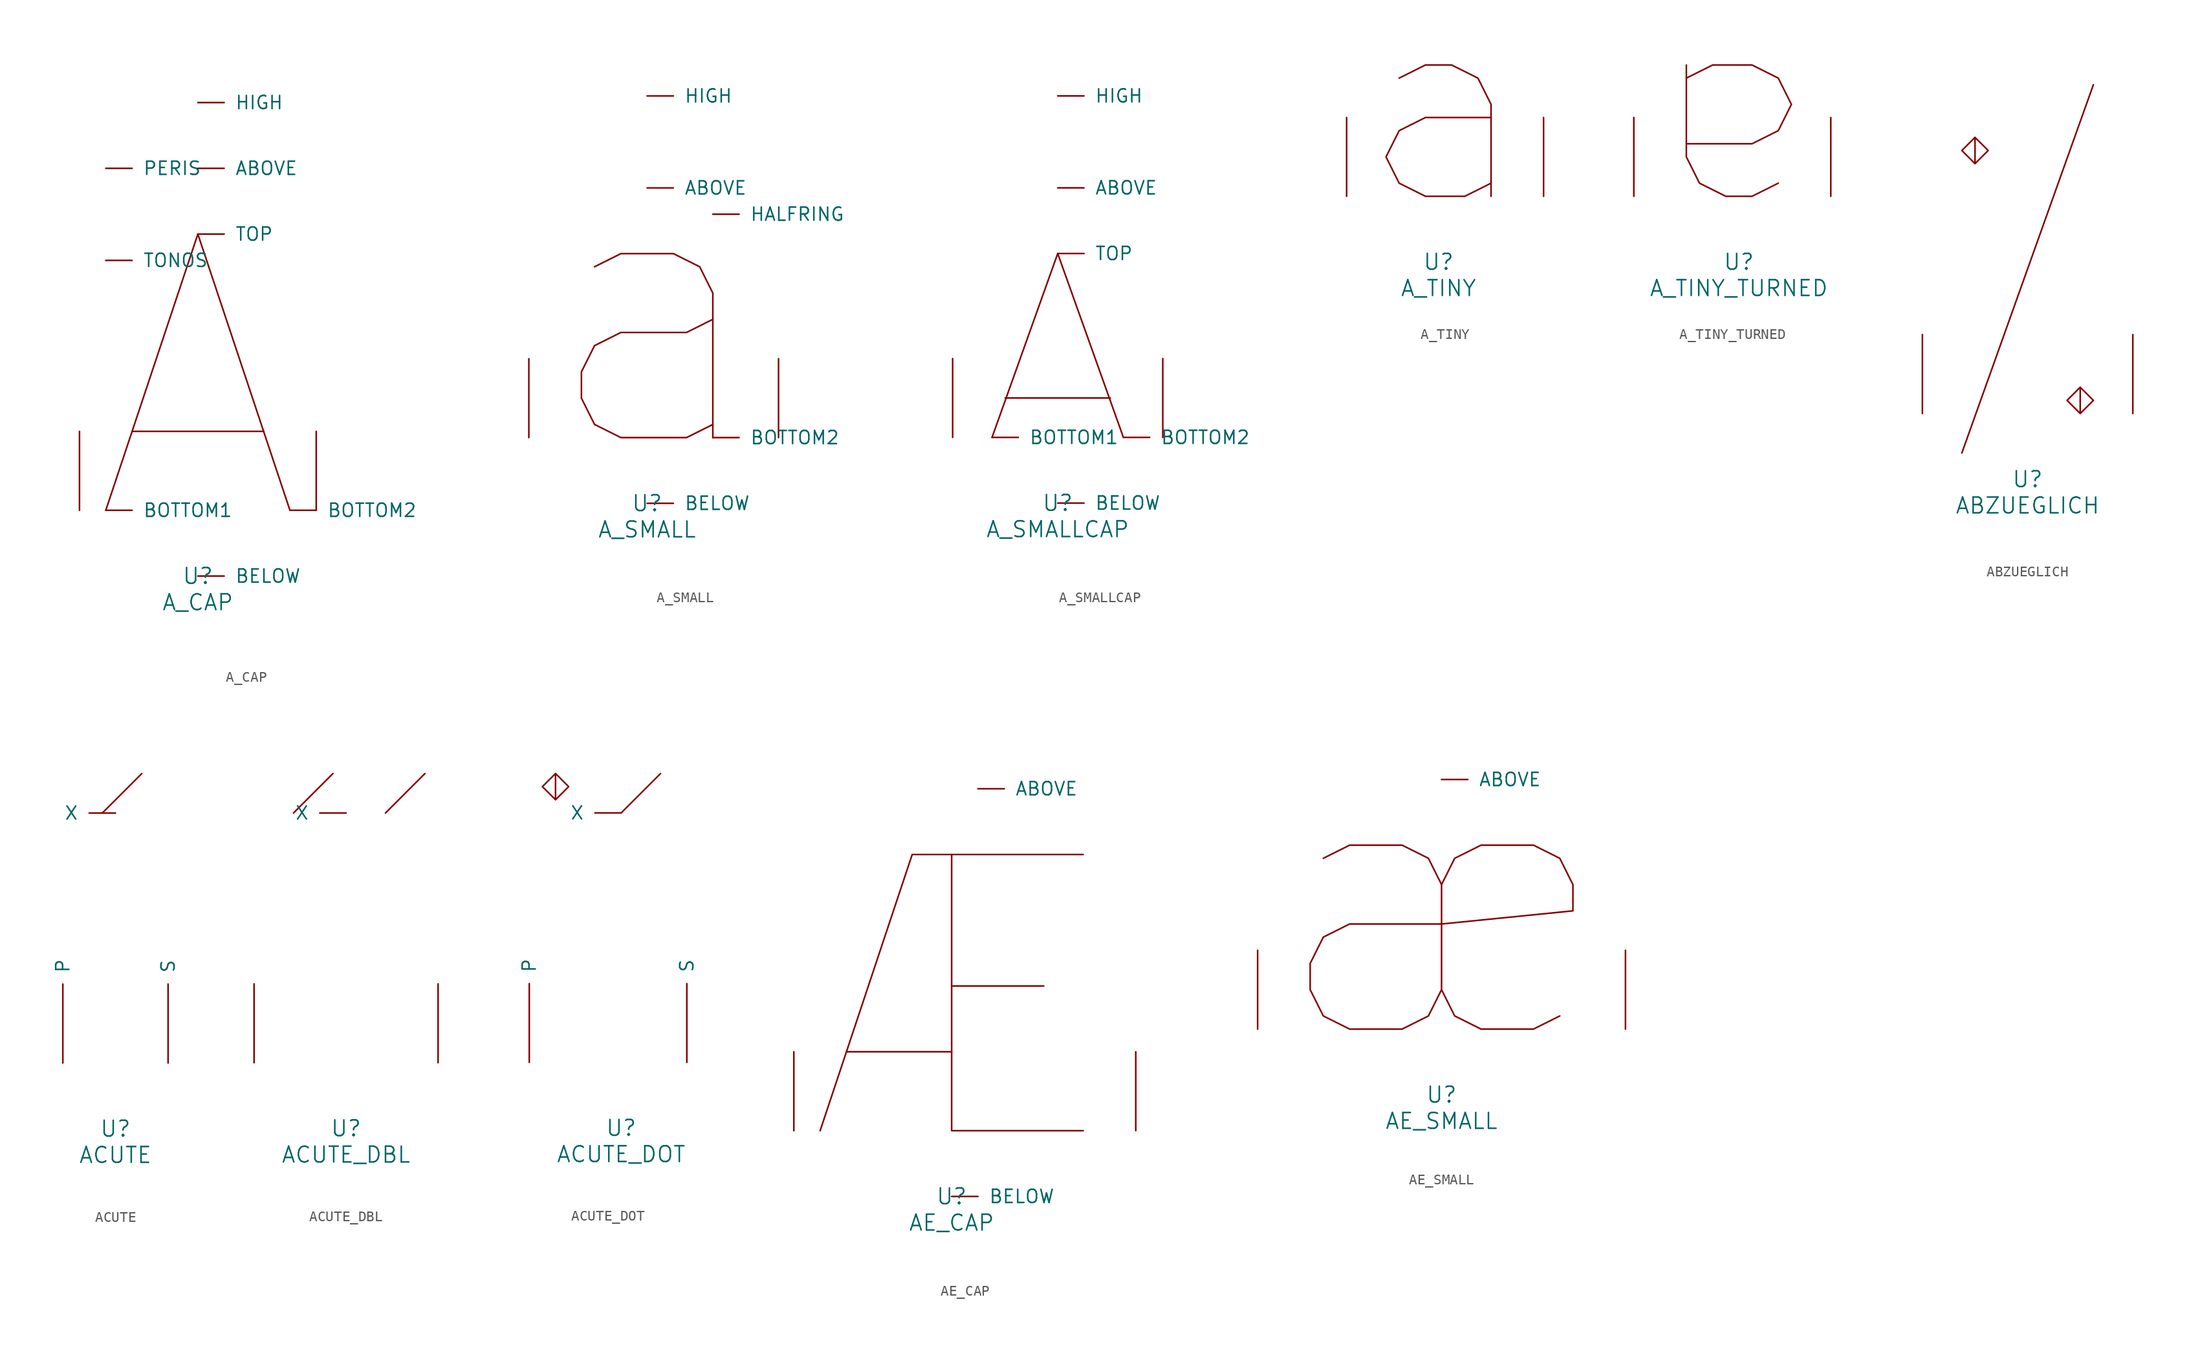
<source format=kicad_sym>
(kicad_symbol_lib
  (version 20220914)
  (generator font_lib2sym)
  (symbol "A_CAP"
    (pin_names
      (offset 1.016))
    (property "Reference" "U"
      (at 0 -6.35 0)
      (effects (font (size 1.524 1.524))))
    (property "Value" "A_CAP"
      (at 0 -8.89 0)
      (effects (font (size 1.524 1.524))))
    (symbol "A_CAP_0_1"
      (polyline (pts (xy -6.35 7.62) (xy 6.35 7.62)) (stroke (width 0) (type solid)) (fill (type none)))
      (polyline (pts (xy -8.89 0) (xy 0 26.67) (xy 8.89 0)) (stroke (width 0) (type solid)) (fill (type none)))
      (pin input line (at 0 33.02 0) (length 2.54) (name "ABOVE" (effects (font (size 1.27 1.27)))) (number "~" (effects (font (size 1.27 1.27)))))
      (pin input line (at 0 -6.35 0) (length 2.54) (name "BELOW" (effects (font (size 1.27 1.27)))) (number "~" (effects (font (size 1.27 1.27)))))
      (pin input line (at -8.89 0 0) (length 2.54) (name "BOTTOM1" (effects (font (size 1.27 1.27)))) (number "~" (effects (font (size 1.27 1.27)))))
      (pin input line (at 8.89 0 0) (length 2.54) (name "BOTTOM2" (effects (font (size 1.27 1.27)))) (number "~" (effects (font (size 1.27 1.27)))))
      (pin input line (at 0 39.37 0) (length 2.54) (name "HIGH" (effects (font (size 1.27 1.27)))) (number "~" (effects (font (size 1.27 1.27)))))
      (pin input line (at -8.89 33.02 0) (length 2.54) (name "PERIS" (effects (font (size 1.27 1.27)))) (number "~" (effects (font (size 1.27 1.27)))))
      (pin input line (at -8.89 24.13 0) (length 2.54) (name "TONOS" (effects (font (size 1.27 1.27)))) (number "~" (effects (font (size 1.27 1.27)))))
      (pin input line (at 0 26.67 0) (length 2.54) (name "TOP" (effects (font (size 1.27 1.27)))) (number "~" (effects (font (size 1.27 1.27)))))
      (pin input line (at -11.43 0 90) (length 7.62) (name "~" (effects (font (size 1.27 1.27)))) (number "~" (effects (font (size 1.27 1.27)))))
      (pin input line (at 11.43 0 90) (length 7.62) (name "~" (effects (font (size 1.27 1.27)))) (number "~" (effects (font (size 1.27 1.27)))))))
  (symbol "A_SMALL"
    (pin_names
      (offset 1.016))
    (property "Reference" "U"
      (at 0 -6.35 0)
      (effects (font (size 1.524 1.524))))
    (property "Value" "A_SMALL"
      (at 0 -8.89 0)
      (effects (font (size 1.524 1.524))))
    (symbol "A_SMALL_0_1"
      (polyline (pts (xy 6.35 0) (xy 6.35 13.97) (xy 5.08 16.51) (xy 2.54 17.78) (xy -2.54 17.78) (xy -5.08 16.51)) (stroke (width 0) (type solid)) (fill (type none)))
      (polyline (pts (xy 6.35 1.27) (xy 3.81 0) (xy -2.54 0) (xy -5.08 1.27) (xy -6.35 3.81) (xy -6.35 6.35) (xy -5.08 8.89) (xy -2.54 10.16) (xy 3.81 10.16) (xy 6.35 11.43)) (stroke (width 0) (type solid)) (fill (type none)))
      (pin input line (at 0 24.13 0) (length 2.54) (name "ABOVE" (effects (font (size 1.27 1.27)))) (number "~" (effects (font (size 1.27 1.27)))))
      (pin input line (at 0 -6.35 0) (length 2.54) (name "BELOW" (effects (font (size 1.27 1.27)))) (number "~" (effects (font (size 1.27 1.27)))))
      (pin input line (at 6.35 0 0) (length 2.54) (name "BOTTOM2" (effects (font (size 1.27 1.27)))) (number "~" (effects (font (size 1.27 1.27)))))
      (pin input line (at 6.35 21.59 0) (length 2.54) (name "HALFRING" (effects (font (size 1.27 1.27)))) (number "~" (effects (font (size 1.27 1.27)))))
      (pin input line (at 0 33.02 0) (length 2.54) (name "HIGH" (effects (font (size 1.27 1.27)))) (number "~" (effects (font (size 1.27 1.27)))))
      (pin input line (at -11.43 0 90) (length 7.62) (name "~" (effects (font (size 1.27 1.27)))) (number "~" (effects (font (size 1.27 1.27)))))
      (pin input line (at 12.7 0 90) (length 7.62) (name "~" (effects (font (size 1.27 1.27)))) (number "~" (effects (font (size 1.27 1.27)))))))
  (symbol "A_SMALLCAP"
    (pin_names
      (offset 1.016))
    (property "Reference" "U"
      (at 0 -6.35 0)
      (effects (font (size 1.524 1.524))))
    (property "Value" "A_SMALLCAP"
      (at 0 -8.89 0)
      (effects (font (size 1.524 1.524))))
    (symbol "A_SMALLCAP_0_1"
      (polyline (pts (xy -5.08 3.81) (xy 5.08 3.81)) (stroke (width 0) (type solid)) (fill (type none)))
      (polyline (pts (xy -6.35 0) (xy 0 17.78) (xy 6.35 0)) (stroke (width 0) (type solid)) (fill (type none)))
      (pin input line (at 0 24.13 0) (length 2.54) (name "ABOVE" (effects (font (size 1.27 1.27)))) (number "~" (effects (font (size 1.27 1.27)))))
      (pin input line (at 0 -6.35 0) (length 2.54) (name "BELOW" (effects (font (size 1.27 1.27)))) (number "~" (effects (font (size 1.27 1.27)))))
      (pin input line (at -6.35 0 0) (length 2.54) (name "BOTTOM1" (effects (font (size 1.27 1.27)))) (number "~" (effects (font (size 1.27 1.27)))))
      (pin input line (at 6.35 0 0) (length 2.54) (name "BOTTOM2" (effects (font (size 1.27 1.27)))) (number "~" (effects (font (size 1.27 1.27)))))
      (pin input line (at 0 33.02 0) (length 2.54) (name "HIGH" (effects (font (size 1.27 1.27)))) (number "~" (effects (font (size 1.27 1.27)))))
      (pin input line (at 0 17.78 0) (length 2.54) (name "TOP" (effects (font (size 1.27 1.27)))) (number "~" (effects (font (size 1.27 1.27)))))
      (pin input line (at -10.16 0 90) (length 7.62) (name "~" (effects (font (size 1.27 1.27)))) (number "~" (effects (font (size 1.27 1.27)))))
      (pin input line (at 10.16 0 90) (length 7.62) (name "~" (effects (font (size 1.27 1.27)))) (number "~" (effects (font (size 1.27 1.27)))))))
  (symbol "A_TINY"
    (pin_names
      (offset 1.016))
    (property "Reference" "U"
      (at 0 -6.35 0)
      (effects (font (size 1.524 1.524))))
    (property "Value" "A_TINY"
      (at 0 -8.89 0)
      (effects (font (size 1.524 1.524))))
    (symbol "A_TINY_0_1"
      (polyline (pts (xy -3.81 11.43) (xy -1.27 12.7) (xy 1.27 12.7) (xy 3.81 11.43) (xy 5.08 8.89) (xy 5.08 0)) (stroke (width 0) (type solid)) (fill (type none)))
      (polyline (pts (xy 5.08 1.27) (xy 2.54 0) (xy -1.27 0) (xy -3.81 1.27) (xy -5.08 3.81) (xy -3.81 6.35) (xy -1.27 7.62) (xy 5.08 7.62)) (stroke (width 0) (type solid)) (fill (type none)))
      (pin input line (at -8.89 0 90) (length 7.62) (name "~" (effects (font (size 1.27 1.27)))) (number "~" (effects (font (size 1.27 1.27)))))
      (pin input line (at 10.16 0 90) (length 7.62) (name "~" (effects (font (size 1.27 1.27)))) (number "~" (effects (font (size 1.27 1.27)))))))
  (symbol "A_TINY_TURNED"
    (pin_names
      (offset 1.016))
    (property "Reference" "U"
      (at 0 -6.35 0)
      (effects (font (size 1.524 1.524))))
    (property "Value" "A_TINY_TURNED"
      (at 0 -8.89 0)
      (effects (font (size 1.524 1.524))))
    (symbol "A_TINY_TURNED_0_1"
      (polyline (pts (xy -5.08 12.7) (xy -5.08 3.81) (xy -3.81 1.27) (xy -1.27 0) (xy 1.27 0) (xy 3.81 1.27)) (stroke (width 0) (type solid)) (fill (type none)))
      (polyline (pts (xy -5.08 11.43) (xy -2.54 12.7) (xy 1.27 12.7) (xy 3.81 11.43) (xy 5.08 8.89) (xy 3.81 6.35) (xy 1.27 5.08) (xy -5.08 5.08)) (stroke (width 0) (type solid)) (fill (type none)))
      (pin input line (at -10.16 0 90) (length 7.62) (name "~" (effects (font (size 1.27 1.27)))) (number "~" (effects (font (size 1.27 1.27)))))
      (pin input line (at 8.89 0 90) (length 7.62) (name "~" (effects (font (size 1.27 1.27)))) (number "~" (effects (font (size 1.27 1.27)))))))
  (symbol "ABZUEGLICH"
    (pin_names
      (offset 1.016))
    (property "Reference" "U"
      (at 0 -6.35 0)
      (effects (font (size 1.524 1.524))))
    (property "Value" "ABZUEGLICH"
      (at 0 -8.89 0)
      (effects (font (size 1.524 1.524))))
    (symbol "ABZUEGLICH_0_1"
      (polyline (pts (xy -6.35 -3.81) (xy 6.35 31.75)) (stroke (width 0) (type solid)) (fill (type none)))
      (polyline (pts (xy -5.08 26.67) (xy -3.81 25.4) (xy -5.08 24.13) (xy -6.35 25.4) (xy -5.08 26.67) (xy -5.08 24.13)) (stroke (width 0) (type solid)) (fill (type none)))
      (polyline (pts (xy 5.08 2.54) (xy 6.35 1.27) (xy 5.08 0) (xy 3.81 1.27) (xy 5.08 2.54) (xy 5.08 0)) (stroke (width 0) (type solid)) (fill (type none)))
      (pin input line (at -10.16 0 90) (length 7.62) (name "~" (effects (font (size 1.27 1.27)))) (number "~" (effects (font (size 1.27 1.27)))))
      (pin input line (at 10.16 0 90) (length 7.62) (name "~" (effects (font (size 1.27 1.27)))) (number "~" (effects (font (size 1.27 1.27)))))))
  (symbol "ACUTE"
    (pin_names
      (offset 1.016))
    (property "Reference" "U"
      (at 0 -6.35 0)
      (effects (font (size 1.524 1.524))))
    (property "Value" "ACUTE"
      (at 0 -8.89 0)
      (effects (font (size 1.524 1.524))))
    (symbol "ACUTE_0_1"
      (polyline (pts (xy 2.54 27.94) (xy -1.27 24.13)) (stroke (width 0) (type solid)) (fill (type none)))
      (pin input line (at -5.08 0 90) (length 7.62) (name "P" (effects (font (size 1.27 1.27)))) (number "~" (effects (font (size 1.27 1.27)))))
      (pin input line (at 5.08 0 90) (length 7.62) (name "S" (effects (font (size 1.27 1.27)))) (number "~" (effects (font (size 1.27 1.27)))))
      (pin input line (at 0 24.13 180) (length 2.54) (name "X" (effects (font (size 1.27 1.27)))) (number "~" (effects (font (size 1.27 1.27)))))))
  (symbol "ACUTE_DBL"
    (pin_names
      (offset 1.016))
    (property "Reference" "U"
      (at 0 -6.35 0)
      (effects (font (size 1.524 1.524))))
    (property "Value" "ACUTE_DBL"
      (at 0 -8.89 0)
      (effects (font (size 1.524 1.524))))
    (symbol "ACUTE_DBL_0_1"
      (polyline (pts (xy -1.27 27.94) (xy -5.08 24.13)) (stroke (width 0) (type solid)) (fill (type none)))
      (polyline (pts (xy 7.62 27.94) (xy 3.81 24.13)) (stroke (width 0) (type solid)) (fill (type none)))
      (pin input line (at 0 24.13 180) (length 2.54) (name "X" (effects (font (size 1.27 1.27)))) (number "~" (effects (font (size 1.27 1.27)))))
      (pin input line (at -8.89 0 90) (length 7.62) (name "~" (effects (font (size 1.27 1.27)))) (number "~" (effects (font (size 1.27 1.27)))))
      (pin input line (at 8.89 0 90) (length 7.62) (name "~" (effects (font (size 1.27 1.27)))) (number "~" (effects (font (size 1.27 1.27)))))))
  (symbol "ACUTE_DOT"
    (pin_names
      (offset 1.016))
    (property "Reference" "U"
      (at 0 -6.35 0)
      (effects (font (size 1.524 1.524))))
    (property "Value" "ACUTE_DOT"
      (at 0 -8.89 0)
      (effects (font (size 1.524 1.524))))
    (symbol "ACUTE_DOT_0_1"
      (polyline (pts (xy 3.81 27.94) (xy 0 24.13)) (stroke (width 0) (type solid)) (fill (type none)))
      (polyline (pts (xy -6.35 27.94) (xy -5.08 26.67) (xy -6.35 25.4) (xy -7.62 26.67) (xy -6.35 27.94) (xy -6.35 25.4)) (stroke (width 0) (type solid)) (fill (type none)))
      (pin input line (at -8.89 0 90) (length 7.62) (name "P" (effects (font (size 1.27 1.27)))) (number "~" (effects (font (size 1.27 1.27)))))
      (pin input line (at 6.35 0 90) (length 7.62) (name "S" (effects (font (size 1.27 1.27)))) (number "~" (effects (font (size 1.27 1.27)))))
      (pin input line (at 0 24.13 180) (length 2.54) (name "X" (effects (font (size 1.27 1.27)))) (number "~" (effects (font (size 1.27 1.27)))))))
  (symbol "AE_CAP"
    (pin_names
      (offset 1.016))
    (property "Reference" "U"
      (at 0 -6.35 0)
      (effects (font (size 1.524 1.524))))
    (property "Value" "AE_CAP"
      (at 0 -8.89 0)
      (effects (font (size 1.524 1.524))))
    (symbol "AE_CAP_0_1"
      (polyline (pts (xy -10.16 7.62) (xy 0 7.62)) (stroke (width 0) (type solid)) (fill (type none)))
      (polyline (pts (xy 0 13.97) (xy 8.89 13.97)) (stroke (width 0) (type solid)) (fill (type none)))
      (polyline (pts (xy -12.7 0) (xy -3.81 26.67) (xy 12.7 26.67)) (stroke (width 0) (type solid)) (fill (type none)))
      (polyline (pts (xy 0 26.67) (xy 0 0) (xy 12.7 0)) (stroke (width 0) (type solid)) (fill (type none)))
      (pin input line (at 2.54 33.02 0) (length 2.54) (name "ABOVE" (effects (font (size 1.27 1.27)))) (number "~" (effects (font (size 1.27 1.27)))))
      (pin input line (at 0 -6.35 0) (length 2.54) (name "BELOW" (effects (font (size 1.27 1.27)))) (number "~" (effects (font (size 1.27 1.27)))))
      (pin input line (at -15.24 0 90) (length 7.62) (name "~" (effects (font (size 1.27 1.27)))) (number "~" (effects (font (size 1.27 1.27)))))
      (pin input line (at 17.78 0 90) (length 7.62) (name "~" (effects (font (size 1.27 1.27)))) (number "~" (effects (font (size 1.27 1.27)))))))
  (symbol "AE_SMALL"
    (pin_names
      (offset 1.016))
    (property "Reference" "U"
      (at 0 -6.35 0)
      (effects (font (size 1.524 1.524))))
    (property "Value" "AE_SMALL"
      (at 0 -8.89 0)
      (effects (font (size 1.524 1.524))))
    (symbol "AE_SMALL_0_1"
      (polyline (pts (xy -11.43 16.51) (xy -8.89 17.78) (xy -3.81 17.78) (xy -1.27 16.51) (xy 0 13.97)) (stroke (width 0) (type solid)) (fill (type none)))
      (polyline (pts (xy 11.43 1.27) (xy 8.89 0) (xy 3.81 0) (xy 1.27 1.27) (xy 0 3.81) (xy 0 13.97) (xy 1.27 16.51) (xy 3.81 17.78) (xy 8.89 17.78) (xy 11.43 16.51) (xy 12.7 13.97) (xy 12.7 11.43) (xy 0 10.16) (xy -8.89 10.16) (xy -11.43 8.89) (xy -12.7 6.35) (xy -12.7 3.81) (xy -11.43 1.27) (xy -8.89 0) (xy -3.81 0) (xy -1.27 1.27) (xy 0 3.81)) (stroke (width 0) (type solid)) (fill (type none)))
      (pin input line (at 0 24.13 0) (length 2.54) (name "ABOVE" (effects (font (size 1.27 1.27)))) (number "~" (effects (font (size 1.27 1.27)))))
      (pin input line (at -17.78 0 90) (length 7.62) (name "~" (effects (font (size 1.27 1.27)))) (number "~" (effects (font (size 1.27 1.27)))))
      (pin input line (at 17.78 0 90) (length 7.62) (name "~" (effects (font (size 1.27 1.27)))) (number "~" (effects (font (size 1.27 1.27))))))))
</source>
